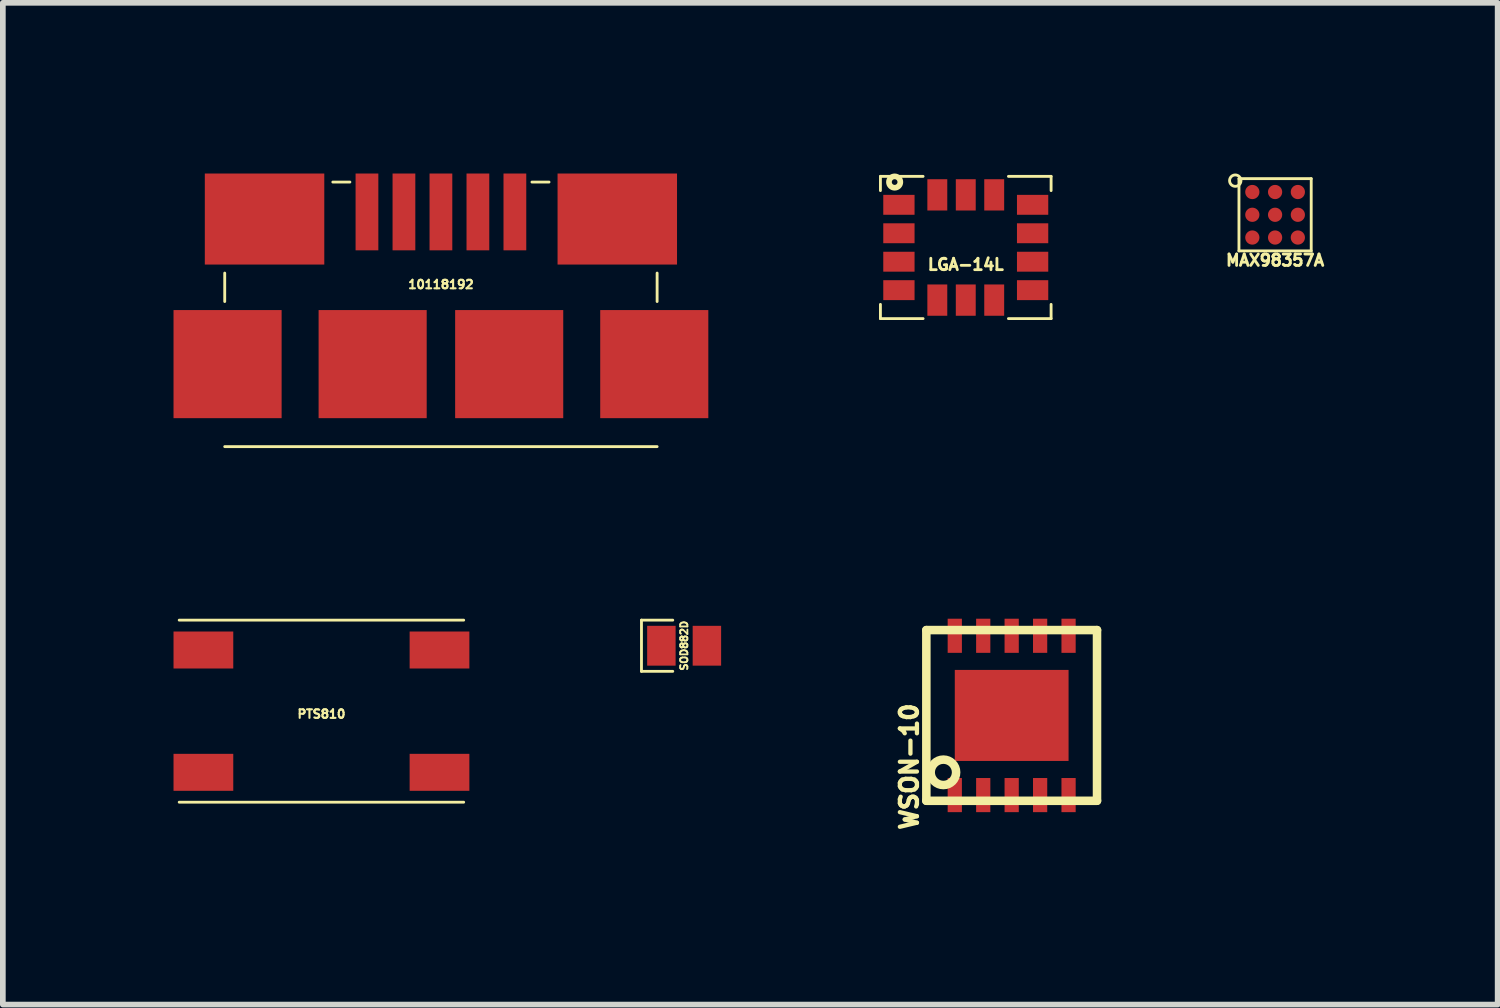
<source format=kicad_pcb>
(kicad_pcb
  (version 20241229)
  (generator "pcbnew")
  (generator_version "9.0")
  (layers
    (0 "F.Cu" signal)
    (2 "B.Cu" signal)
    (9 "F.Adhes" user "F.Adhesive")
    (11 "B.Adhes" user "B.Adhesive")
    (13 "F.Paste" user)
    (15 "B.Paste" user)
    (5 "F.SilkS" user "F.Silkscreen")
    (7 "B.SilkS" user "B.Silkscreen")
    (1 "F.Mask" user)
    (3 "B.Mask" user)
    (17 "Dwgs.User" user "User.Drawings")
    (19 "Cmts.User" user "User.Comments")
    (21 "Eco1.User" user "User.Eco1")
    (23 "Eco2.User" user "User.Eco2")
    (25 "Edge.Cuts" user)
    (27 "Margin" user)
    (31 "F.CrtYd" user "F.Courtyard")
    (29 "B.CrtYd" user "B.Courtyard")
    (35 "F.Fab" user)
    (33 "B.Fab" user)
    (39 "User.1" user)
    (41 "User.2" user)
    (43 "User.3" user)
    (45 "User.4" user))
  (footprint "LGA-14L"
    (layer "F.Cu")
    (at 13.925 1.3)
    (property "Reference" "LGA-14L" (at 0 0.3 0) (layer "F.SilkS") (effects (font (size 0.2 0.2) (thickness 0.05))))
    (attr through_hole)
    (fp_line (start -1.5 -1.25) (end -0.75 -1.25) (stroke (width 0.05) (type solid)) (layer "F.SilkS"))
    (fp_line (start -1.5 -1) (end -1.5 -1.25) (stroke (width 0.05) (type solid)) (layer "F.SilkS"))
    (fp_line (start -1.5 1.25) (end -1.5 1) (stroke (width 0.05) (type solid)) (layer "F.SilkS"))
    (fp_line (start -0.75 1.25) (end -1.5 1.25) (stroke (width 0.05) (type solid)) (layer "F.SilkS"))
    (fp_line (start 0.75 -1.25) (end 1.5 -1.25) (stroke (width 0.05) (type solid)) (layer "F.SilkS"))
    (fp_line (start 0.75 1.25) (end 1.5 1.25) (stroke (width 0.05) (type solid)) (layer "F.SilkS"))
    (fp_line (start 1.5 -1.25) (end 1.5 -1) (stroke (width 0.05) (type solid)) (layer "F.SilkS"))
    (fp_line (start 1.5 1.25) (end 1.5 1) (stroke (width 0.05) (type solid)) (layer "F.SilkS"))
    (fp_circle (center -1.25 -1.15) (end -1.15 -1.15) (stroke (width 0.1) (type solid)) (fill no) (layer "F.SilkS"))
    (pad "1" smd rect (at -1.175 -0.75) (size 0.55 0.35) (layers "F.Cu" "F.Mask" "F.Paste"))
    (pad "2" smd rect (at -1.175 -0.25) (size 0.55 0.35) (layers "F.Cu" "F.Mask" "F.Paste"))
    (pad "3" smd rect (at -1.175 0.25) (size 0.55 0.35) (layers "F.Cu" "F.Mask" "F.Paste"))
    (pad "4" smd rect (at -1.175 0.75) (size 0.55 0.35) (layers "F.Cu" "F.Mask" "F.Paste"))
    (pad "5" smd rect (at -0.5 0.925) (size 0.35 0.55) (layers "F.Cu" "F.Mask" "F.Paste"))
    (pad "6" smd rect (at 0 0.925) (size 0.35 0.55) (layers "F.Cu" "F.Mask" "F.Paste"))
    (pad "7" smd rect (at 0.5 0.925) (size 0.35 0.55) (layers "F.Cu" "F.Mask" "F.Paste"))
    (pad "8" smd rect (at 1.175 0.75) (size 0.55 0.35) (layers "F.Cu" "F.Mask" "F.Paste"))
    (pad "9" smd rect (at 1.175 0.25) (size 0.55 0.35) (layers "F.Cu" "F.Mask" "F.Paste"))
    (pad "10" smd rect (at 1.175 -0.25) (size 0.55 0.35) (layers "F.Cu" "F.Mask" "F.Paste"))
    (pad "11" smd rect (at 1.175 -0.75) (size 0.55 0.35) (layers "F.Cu" "F.Mask" "F.Paste"))
    (pad "12" smd rect (at 0.5 -0.925) (size 0.35 0.55) (layers "F.Cu" "F.Mask" "F.Paste"))
    (pad "13" smd rect (at 0 -0.925) (size 0.35 0.55) (layers "F.Cu" "F.Mask" "F.Paste"))
    (pad "14" smd rect (at -0.5 -0.925) (size 0.35 0.55) (layers "F.Cu" "F.Mask" "F.Paste")))
  (footprint "PTS810"
    (layer "F.Cu")
    (at 2.6 9.45)
    (property "Reference" "PTS810" (at 0 0.05 0) (layer "F.SilkS") (effects (font (size 0.15 0.15) (thickness 0.037))))
    (attr through_hole)
    (fp_line (start -2.5 -1.6) (end 2.5 -1.6) (stroke (width 0.05) (type solid)) (layer "F.SilkS"))
    (fp_line (start -2.5 1.6) (end 2.5 1.6) (stroke (width 0.05) (type solid)) (layer "F.SilkS"))
    (pad "1" smd rect (at -2.075 -1.075) (size 1.05 0.65) (layers "F.Cu" "F.Mask" "F.Paste"))
    (pad "1" smd rect (at 2.075 -1.075) (size 1.05 0.65) (layers "F.Cu" "F.Mask" "F.Paste"))
    (pad "2" smd rect (at -2.075 1.075) (size 1.05 0.65) (layers "F.Cu" "F.Mask" "F.Paste"))
    (pad "2" smd rect (at 2.075 1.075) (size 1.05 0.65) (layers "F.Cu" "F.Mask" "F.Paste")))
  (footprint "10118192"
    (layer "F.Cu")
    (at 4.7 3.35)
    (property "Reference" "10118192" (at 0 -1.4 0) (layer "F.SilkS") (effects (font (size 0.15 0.15) (thickness 0.037))))
    (attr through_hole)
    (fp_line (start -3.8 -1.6) (end -3.8 -1.1) (stroke (width 0.05) (type solid)) (layer "F.SilkS"))
    (fp_line (start -1.9 -3.2) (end -1.6 -3.2) (stroke (width 0.05) (type solid)) (layer "F.SilkS"))
    (fp_line (start 1.6 -3.2) (end 1.9 -3.2) (stroke (width 0.05) (type solid)) (layer "F.SilkS"))
    (fp_line (start 3.8 -1.6) (end 3.8 -1.1) (stroke (width 0.05) (type solid)) (layer "F.SilkS"))
    (fp_line (start 3.8 1.45) (end -3.8 1.45) (stroke (width 0.05) (type solid)) (layer "F.SilkS"))
    (pad "1" smd rect (at -1.3 -2.675) (size 0.4 1.35) (layers "F.Cu" "F.Mask" "F.Paste"))
    (pad "2" smd rect (at -0.65 -2.675) (size 0.4 1.35) (layers "F.Cu" "F.Mask" "F.Paste"))
    (pad "3" smd rect (at 0 -2.675) (size 0.4 1.35) (layers "F.Cu" "F.Mask" "F.Paste"))
    (pad "4" smd rect (at 0.65 -2.675) (size 0.4 1.35) (layers "F.Cu" "F.Mask" "F.Paste"))
    (pad "5" smd rect (at 1.3 -2.675) (size 0.4 1.35) (layers "F.Cu" "F.Mask" "F.Paste"))
    (pad "6" smd rect (at -3.75 0) (size 1.9 1.9) (layers "F.Cu" "F.Mask" "F.Paste"))
    (pad "6" smd rect (at -3.1 -2.55) (size 2.1 1.6) (layers "F.Cu" "F.Mask" "F.Paste"))
    (pad "6" smd rect (at -1.2 0) (size 1.9 1.9) (layers "F.Cu" "F.Mask" "F.Paste"))
    (pad "6" smd rect (at 1.2 0) (size 1.9 1.9) (layers "F.Cu" "F.Mask" "F.Paste"))
    (pad "6" smd rect (at 3.1 -2.55) (size 2.1 1.6) (layers "F.Cu" "F.Mask" "F.Paste"))
    (pad "6" smd rect (at 3.75 0) (size 1.9 1.9) (layers "F.Cu" "F.Mask" "F.Paste")))
  (footprint "WSON-10"
    (layer "F.Cu")
    (at 14.732 9.525)
    (property "Reference" "WSON-10" (at -1.8 0.9 90) (layer "F.SilkS") (effects (font (size 0.3 0.3) (thickness 0.075))))
    (attr through_hole)
    (fp_line (start -1.5 -1.5) (end 1.5 -1.5) (stroke (width 0.15) (type solid)) (layer "F.SilkS"))
    (fp_line (start -1.5 1.5) (end -1.5 -1.5) (stroke (width 0.15) (type solid)) (layer "F.SilkS"))
    (fp_line (start 1.5 -1.5) (end 1.5 1.5) (stroke (width 0.15) (type solid)) (layer "F.SilkS"))
    (fp_line (start 1.5 1.5) (end -1.5 1.5) (stroke (width 0.15) (type solid)) (layer "F.SilkS"))
    (fp_circle (center -1.2 1) (end -1.4 0.9) (stroke (width 0.15) (type solid)) (fill no) (layer "F.SilkS"))
    (pad "1" smd rect (at -1 1.4) (size 0.25 0.6) (layers "F.Cu" "F.Mask" "F.Paste"))
    (pad "2" smd rect (at -0.5 1.4) (size 0.25 0.6) (layers "F.Cu" "F.Mask" "F.Paste"))
    (pad "3" smd rect (at 0 1.4) (size 0.25 0.6) (layers "F.Cu" "F.Mask" "F.Paste"))
    (pad "4" smd rect (at 0.5 1.4) (size 0.25 0.6) (layers "F.Cu" "F.Mask" "F.Paste"))
    (pad "5" smd rect (at 1 1.4) (size 0.25 0.6) (layers "F.Cu" "F.Mask" "F.Paste"))
    (pad "6" smd rect (at 1 -1.4) (size 0.25 0.6) (layers "F.Cu" "F.Mask" "F.Paste"))
    (pad "7" smd rect (at 0.5 -1.4) (size 0.25 0.6) (layers "F.Cu" "F.Mask" "F.Paste"))
    (pad "8" smd rect (at 0 -1.4) (size 0.25 0.6) (layers "F.Cu" "F.Mask" "F.Paste"))
    (pad "9" smd rect (at -0.5 -1.4) (size 0.25 0.6) (layers "F.Cu" "F.Mask" "F.Paste"))
    (pad "10" smd rect (at -1 -1.4) (size 0.25 0.6) (layers "F.Cu" "F.Mask" "F.Paste"))
    (pad "11" smd rect (at 0 0) (size 2 1.6) (layers "F.Cu" "F.Mask" "F.Paste")))
  (footprint "SOD882D"
    (layer "F.Cu")
    (at 8.975 8.3)
    (property "Reference" "SOD882D" (at 0 0 90) (layer "F.SilkS") (effects (font (size 0.127 0.127) (thickness 0.032))))
    (attr through_hole)
    (fp_line (start -0.75 -0.45) (end -0.75 0.45) (stroke (width 0.05) (type solid)) (layer "F.SilkS"))
    (fp_line (start -0.75 0.45) (end -0.2 0.45) (stroke (width 0.05) (type solid)) (layer "F.SilkS"))
    (fp_line (start -0.2 -0.45) (end -0.75 -0.45) (stroke (width 0.05) (type solid)) (layer "F.SilkS"))
    (pad "1" smd rect (at -0.4 0) (size 0.5 0.7) (layers "F.Cu" "F.Mask" "F.Paste"))
    (pad "2" smd rect (at 0.4 0) (size 0.5 0.7) (layers "F.Cu" "F.Mask" "F.Paste")))
  (footprint "MAX98357A"
    (layer "F.Cu")
    (at 19.362 0.725)
    (property "Reference" "MAX98357A" (at 0 0.8 0) (layer "F.SilkS") (effects (font (size 0.2 0.2) (thickness 0.05))))
    (attr through_hole)
    (fp_line (start -0.635 -0.635) (end 0.635 -0.635) (stroke (width 0.05) (type solid)) (layer "F.SilkS"))
    (fp_line (start -0.635 0.635) (end -0.635 -0.635) (stroke (width 0.05) (type solid)) (layer "F.SilkS"))
    (fp_line (start 0.635 -0.635) (end 0.635 0.635) (stroke (width 0.05) (type solid)) (layer "F.SilkS"))
    (fp_line (start 0.635 0.635) (end -0.635 0.635) (stroke (width 0.05) (type solid)) (layer "F.SilkS"))
    (fp_circle (center -0.7 -0.6) (end -0.8 -0.6) (stroke (width 0.05) (type solid)) (fill no) (layer "F.SilkS"))
    (pad "A1" smd circle (at -0.4 -0.4) (size 0.25 0.25) (layers "F.Cu" "F.Mask" "F.Paste"))
    (pad "A2" smd circle (at 0 -0.4) (size 0.25 0.25) (layers "F.Cu" "F.Mask" "F.Paste"))
    (pad "A3" smd circle (at 0.4 -0.4) (size 0.25 0.25) (layers "F.Cu" "F.Mask" "F.Paste"))
    (pad "B1" smd circle (at -0.4 0) (size 0.25 0.25) (layers "F.Cu" "F.Mask" "F.Paste"))
    (pad "B2" smd circle (at 0 0) (size 0.25 0.25) (layers "F.Cu" "F.Mask" "F.Paste"))
    (pad "B3" smd circle (at 0.4 0) (size 0.25 0.25) (layers "F.Cu" "F.Mask" "F.Paste"))
    (pad "C1" smd circle (at -0.4 0.4) (size 0.25 0.25) (layers "F.Cu" "F.Mask" "F.Paste"))
    (pad "C2" smd circle (at 0 0.4) (size 0.25 0.25) (layers "F.Cu" "F.Mask" "F.Paste"))
    (pad "C3" smd circle (at 0.4 0.4) (size 0.25 0.25) (layers "F.Cu" "F.Mask" "F.Paste")))
  (gr_rect
    (start -3 -3)
    (end 23.274 14.607)
    (stroke (width 0.1) (type default))
    (fill no)
    (layer "Edge.Cuts")))
</source>
